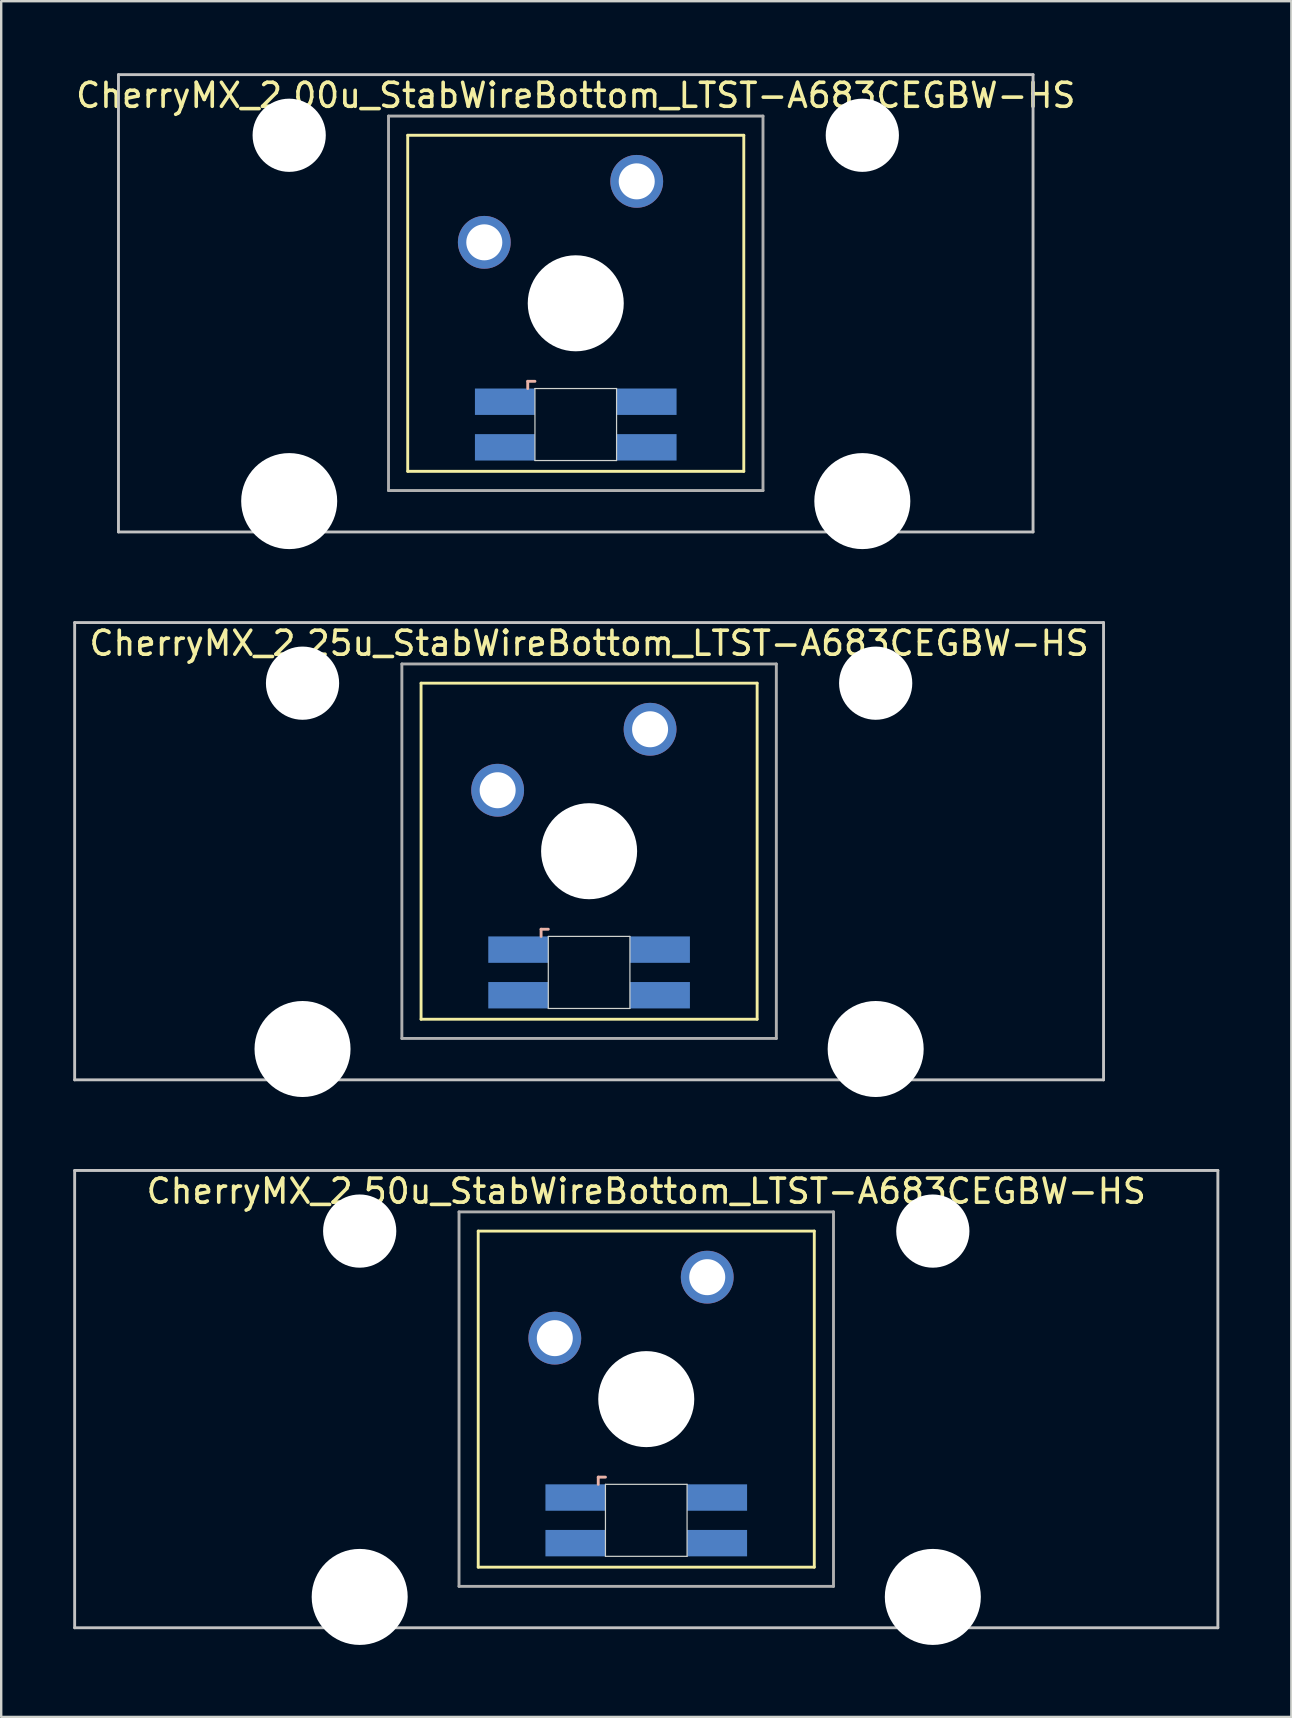
<source format=kicad_pcb>
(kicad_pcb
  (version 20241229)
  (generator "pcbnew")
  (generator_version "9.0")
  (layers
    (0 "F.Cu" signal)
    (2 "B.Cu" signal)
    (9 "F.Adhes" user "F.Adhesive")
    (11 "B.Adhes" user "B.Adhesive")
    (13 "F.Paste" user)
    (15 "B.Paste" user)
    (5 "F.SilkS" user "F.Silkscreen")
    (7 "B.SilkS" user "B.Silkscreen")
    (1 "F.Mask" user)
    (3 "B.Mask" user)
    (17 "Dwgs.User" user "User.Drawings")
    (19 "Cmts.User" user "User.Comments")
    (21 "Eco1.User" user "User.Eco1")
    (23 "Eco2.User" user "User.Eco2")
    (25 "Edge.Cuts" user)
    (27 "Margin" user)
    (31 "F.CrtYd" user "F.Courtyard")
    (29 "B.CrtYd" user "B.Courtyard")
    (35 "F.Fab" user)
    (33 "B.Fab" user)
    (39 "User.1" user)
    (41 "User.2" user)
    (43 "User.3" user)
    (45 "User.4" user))
  (footprint "CherryMX_2.00u_StabWireBottom_LTST-A683CEGBW-HS"
    (layer "F.Cu")
    (at 20.935 9.585)
    (property "Reference" "CherryMX_2.00u_StabWireBottom_LTST-A683CEGBW-HS" (at 0 -8.662 0) (layer "F.SilkS") (effects (font (size 1 1) (thickness 0.15))))
    (attr through_hole)
    (fp_line (start -7 -7) (end -7 7) (stroke (width 0.12) (type solid)) (layer "F.SilkS"))
    (fp_line (start -7 -7) (end 7 -7) (stroke (width 0.12) (type solid)) (layer "F.SilkS"))
    (fp_line (start 7 -7) (end 7 7) (stroke (width 0.12) (type solid)) (layer "F.SilkS"))
    (fp_line (start 7 7) (end -7 7) (stroke (width 0.12) (type solid)) (layer "F.SilkS"))
    (fp_line (start -2 3.25) (end -2 3.55) (stroke (width 0.12) (type solid)) (layer "B.SilkS"))
    (fp_line (start -1.7 3.25) (end -2 3.25) (stroke (width 0.12) (type solid)) (layer "B.SilkS"))
    (fp_line (start -19.05 -9.525) (end 19.05 -9.525) (stroke (width 0.12) (type solid)) (layer "Dwgs.User"))
    (fp_line (start -19.05 9.525) (end -19.05 -9.525) (stroke (width 0.12) (type solid)) (layer "Dwgs.User"))
    (fp_line (start 19.05 -9.525) (end 19.05 9.525) (stroke (width 0.12) (type solid)) (layer "Dwgs.User"))
    (fp_line (start 19.05 9.525) (end -19.05 9.525) (stroke (width 0.12) (type solid)) (layer "Dwgs.User"))
    (fp_line (start -1.7 3.55) (end 1.7 3.55) (stroke (width 0.05) (type solid)) (layer "Edge.Cuts"))
    (fp_line (start -1.7 6.55) (end -1.7 3.55) (stroke (width 0.05) (type solid)) (layer "Edge.Cuts"))
    (fp_line (start 1.7 3.55) (end 1.7 6.55) (stroke (width 0.05) (type solid)) (layer "Edge.Cuts"))
    (fp_line (start 1.7 6.55) (end -1.7 6.55) (stroke (width 0.05) (type solid)) (layer "Edge.Cuts"))
    (fp_line (start -7.8 -7.8) (end -7.8 7.8) (stroke (width 0.12) (type solid)) (layer "F.Fab"))
    (fp_line (start -7.8 -7.8) (end 7.8 -7.8) (stroke (width 0.12) (type solid)) (layer "F.Fab"))
    (fp_line (start -7.8 7.8) (end 7.8 7.8) (stroke (width 0.12) (type solid)) (layer "F.Fab"))
    (fp_line (start 7.8 -7.8) (end 7.8 7.8) (stroke (width 0.12) (type solid)) (layer "F.Fab"))
    (pad "" np_thru_hole circle (at -11.938 -7) (size 3.05 3.05) (drill 3.05) (layers "*.Cu" "*.Mask"))
    (pad "" np_thru_hole circle (at -11.938 8.24) (size 4 4) (drill 4) (layers "*.Cu" "*.Mask"))
    (pad "" np_thru_hole circle (at 0 0) (size 4 4) (drill 4) (layers "*.Cu" "*.Mask"))
    (pad "" np_thru_hole circle (at 11.938 -7) (size 3.05 3.05) (drill 3.05) (layers "*.Cu" "*.Mask"))
    (pad "" np_thru_hole circle (at 11.938 8.24) (size 4 4) (drill 4) (layers "*.Cu" "*.Mask"))
    (pad "1" thru_hole circle (at -3.81 -2.54) (size 2.2 2.2) (drill 1.5) (layers "*.Cu" "*.Mask"))
    (pad "2" thru_hole circle (at 2.54 -5.08) (size 2.2 2.2) (drill 1.5) (layers "*.Cu" "*.Mask"))
    (pad "3" smd rect (at -2.95 4.1) (size 2.5 1.1) (layers "B.Cu" "B.Mask" "B.Paste"))
    (pad "4" smd rect (at -2.95 6) (size 2.5 1.1) (layers "B.Cu" "B.Mask" "B.Paste"))
    (pad "5" smd rect (at 2.95 4.1) (size 2.5 1.1) (layers "B.Cu" "B.Mask" "B.Paste"))
    (pad "6" smd rect (at 2.95 6) (size 2.5 1.1) (layers "B.Cu" "B.Mask" "B.Paste")))
  (footprint "CherryMX_2.50u_StabWireBottom_LTST-A683CEGBW-HS"
    (layer "F.Cu")
    (at 23.872 55.235)
    (property "Reference" "CherryMX_2.50u_StabWireBottom_LTST-A683CEGBW-HS" (at 0 -8.662 0) (layer "F.SilkS") (effects (font (size 1 1) (thickness 0.15))))
    (attr through_hole)
    (fp_line (start -7 -7) (end -7 7) (stroke (width 0.12) (type solid)) (layer "F.SilkS"))
    (fp_line (start -7 -7) (end 7 -7) (stroke (width 0.12) (type solid)) (layer "F.SilkS"))
    (fp_line (start 7 -7) (end 7 7) (stroke (width 0.12) (type solid)) (layer "F.SilkS"))
    (fp_line (start 7 7) (end -7 7) (stroke (width 0.12) (type solid)) (layer "F.SilkS"))
    (fp_line (start -2 3.25) (end -2 3.55) (stroke (width 0.12) (type solid)) (layer "B.SilkS"))
    (fp_line (start -1.7 3.25) (end -2 3.25) (stroke (width 0.12) (type solid)) (layer "B.SilkS"))
    (fp_line (start -23.812 -9.525) (end 23.812 -9.525) (stroke (width 0.12) (type solid)) (layer "Dwgs.User"))
    (fp_line (start -23.812 9.525) (end -23.812 -9.525) (stroke (width 0.12) (type solid)) (layer "Dwgs.User"))
    (fp_line (start 23.812 -9.525) (end 23.812 9.525) (stroke (width 0.12) (type solid)) (layer "Dwgs.User"))
    (fp_line (start 23.812 9.525) (end -23.812 9.525) (stroke (width 0.12) (type solid)) (layer "Dwgs.User"))
    (fp_line (start -1.7 3.55) (end 1.7 3.55) (stroke (width 0.05) (type solid)) (layer "Edge.Cuts"))
    (fp_line (start -1.7 6.55) (end -1.7 3.55) (stroke (width 0.05) (type solid)) (layer "Edge.Cuts"))
    (fp_line (start 1.7 3.55) (end 1.7 6.55) (stroke (width 0.05) (type solid)) (layer "Edge.Cuts"))
    (fp_line (start 1.7 6.55) (end -1.7 6.55) (stroke (width 0.05) (type solid)) (layer "Edge.Cuts"))
    (fp_line (start -7.8 -7.8) (end -7.8 7.8) (stroke (width 0.12) (type solid)) (layer "F.Fab"))
    (fp_line (start -7.8 -7.8) (end 7.8 -7.8) (stroke (width 0.12) (type solid)) (layer "F.Fab"))
    (fp_line (start -7.8 7.8) (end 7.8 7.8) (stroke (width 0.12) (type solid)) (layer "F.Fab"))
    (fp_line (start 7.8 -7.8) (end 7.8 7.8) (stroke (width 0.12) (type solid)) (layer "F.Fab"))
    (pad "" np_thru_hole circle (at -11.938 -7) (size 3.05 3.05) (drill 3.05) (layers "*.Cu" "*.Mask"))
    (pad "" np_thru_hole circle (at -11.938 8.24) (size 4 4) (drill 4) (layers "*.Cu" "*.Mask"))
    (pad "" np_thru_hole circle (at 0 0) (size 4 4) (drill 4) (layers "*.Cu" "*.Mask"))
    (pad "" np_thru_hole circle (at 11.938 -7) (size 3.05 3.05) (drill 3.05) (layers "*.Cu" "*.Mask"))
    (pad "" np_thru_hole circle (at 11.938 8.24) (size 4 4) (drill 4) (layers "*.Cu" "*.Mask"))
    (pad "1" thru_hole circle (at -3.81 -2.54) (size 2.2 2.2) (drill 1.5) (layers "*.Cu" "*.Mask"))
    (pad "2" thru_hole circle (at 2.54 -5.08) (size 2.2 2.2) (drill 1.5) (layers "*.Cu" "*.Mask"))
    (pad "3" smd rect (at -2.95 4.1) (size 2.5 1.1) (layers "B.Cu" "B.Mask" "B.Paste"))
    (pad "4" smd rect (at -2.95 6) (size 2.5 1.1) (layers "B.Cu" "B.Mask" "B.Paste"))
    (pad "5" smd rect (at 2.95 4.1) (size 2.5 1.1) (layers "B.Cu" "B.Mask" "B.Paste"))
    (pad "6" smd rect (at 2.95 6) (size 2.5 1.1) (layers "B.Cu" "B.Mask" "B.Paste")))
  (footprint "CherryMX_2.25u_StabWireBottom_LTST-A683CEGBW-HS"
    (layer "F.Cu")
    (at 21.491 32.41)
    (property "Reference" "CherryMX_2.25u_StabWireBottom_LTST-A683CEGBW-HS" (at 0 -8.662 0) (layer "F.SilkS") (effects (font (size 1 1) (thickness 0.15))))
    (attr through_hole)
    (fp_line (start -7 -7) (end -7 7) (stroke (width 0.12) (type solid)) (layer "F.SilkS"))
    (fp_line (start -7 -7) (end 7 -7) (stroke (width 0.12) (type solid)) (layer "F.SilkS"))
    (fp_line (start 7 -7) (end 7 7) (stroke (width 0.12) (type solid)) (layer "F.SilkS"))
    (fp_line (start 7 7) (end -7 7) (stroke (width 0.12) (type solid)) (layer "F.SilkS"))
    (fp_line (start -2 3.25) (end -2 3.55) (stroke (width 0.12) (type solid)) (layer "B.SilkS"))
    (fp_line (start -1.7 3.25) (end -2 3.25) (stroke (width 0.12) (type solid)) (layer "B.SilkS"))
    (fp_line (start -21.431 -9.525) (end 21.431 -9.525) (stroke (width 0.12) (type solid)) (layer "Dwgs.User"))
    (fp_line (start -21.431 9.525) (end -21.431 -9.525) (stroke (width 0.12) (type solid)) (layer "Dwgs.User"))
    (fp_line (start 21.431 -9.525) (end 21.431 9.525) (stroke (width 0.12) (type solid)) (layer "Dwgs.User"))
    (fp_line (start 21.431 9.525) (end -21.431 9.525) (stroke (width 0.12) (type solid)) (layer "Dwgs.User"))
    (fp_line (start -1.7 3.55) (end 1.7 3.55) (stroke (width 0.05) (type solid)) (layer "Edge.Cuts"))
    (fp_line (start -1.7 6.55) (end -1.7 3.55) (stroke (width 0.05) (type solid)) (layer "Edge.Cuts"))
    (fp_line (start 1.7 3.55) (end 1.7 6.55) (stroke (width 0.05) (type solid)) (layer "Edge.Cuts"))
    (fp_line (start 1.7 6.55) (end -1.7 6.55) (stroke (width 0.05) (type solid)) (layer "Edge.Cuts"))
    (fp_line (start -7.8 -7.8) (end -7.8 7.8) (stroke (width 0.12) (type solid)) (layer "F.Fab"))
    (fp_line (start -7.8 -7.8) (end 7.8 -7.8) (stroke (width 0.12) (type solid)) (layer "F.Fab"))
    (fp_line (start -7.8 7.8) (end 7.8 7.8) (stroke (width 0.12) (type solid)) (layer "F.Fab"))
    (fp_line (start 7.8 -7.8) (end 7.8 7.8) (stroke (width 0.12) (type solid)) (layer "F.Fab"))
    (pad "" np_thru_hole circle (at -11.938 -7) (size 3.05 3.05) (drill 3.05) (layers "*.Cu" "*.Mask"))
    (pad "" np_thru_hole circle (at -11.938 8.24) (size 4 4) (drill 4) (layers "*.Cu" "*.Mask"))
    (pad "" np_thru_hole circle (at 0 0) (size 4 4) (drill 4) (layers "*.Cu" "*.Mask"))
    (pad "" np_thru_hole circle (at 11.938 -7) (size 3.05 3.05) (drill 3.05) (layers "*.Cu" "*.Mask"))
    (pad "" np_thru_hole circle (at 11.938 8.24) (size 4 4) (drill 4) (layers "*.Cu" "*.Mask"))
    (pad "1" thru_hole circle (at -3.81 -2.54) (size 2.2 2.2) (drill 1.5) (layers "*.Cu" "*.Mask"))
    (pad "2" thru_hole circle (at 2.54 -5.08) (size 2.2 2.2) (drill 1.5) (layers "*.Cu" "*.Mask"))
    (pad "3" smd rect (at -2.95 4.1) (size 2.5 1.1) (layers "B.Cu" "B.Mask" "B.Paste"))
    (pad "4" smd rect (at -2.95 6) (size 2.5 1.1) (layers "B.Cu" "B.Mask" "B.Paste"))
    (pad "5" smd rect (at 2.95 4.1) (size 2.5 1.1) (layers "B.Cu" "B.Mask" "B.Paste"))
    (pad "6" smd rect (at 2.95 6) (size 2.5 1.1) (layers "B.Cu" "B.Mask" "B.Paste")))
  (gr_rect
    (start -3 -3)
    (end 50.745 68.475)
    (stroke (width 0.1) (type default))
    (fill no)
    (layer "Edge.Cuts")))
</source>
